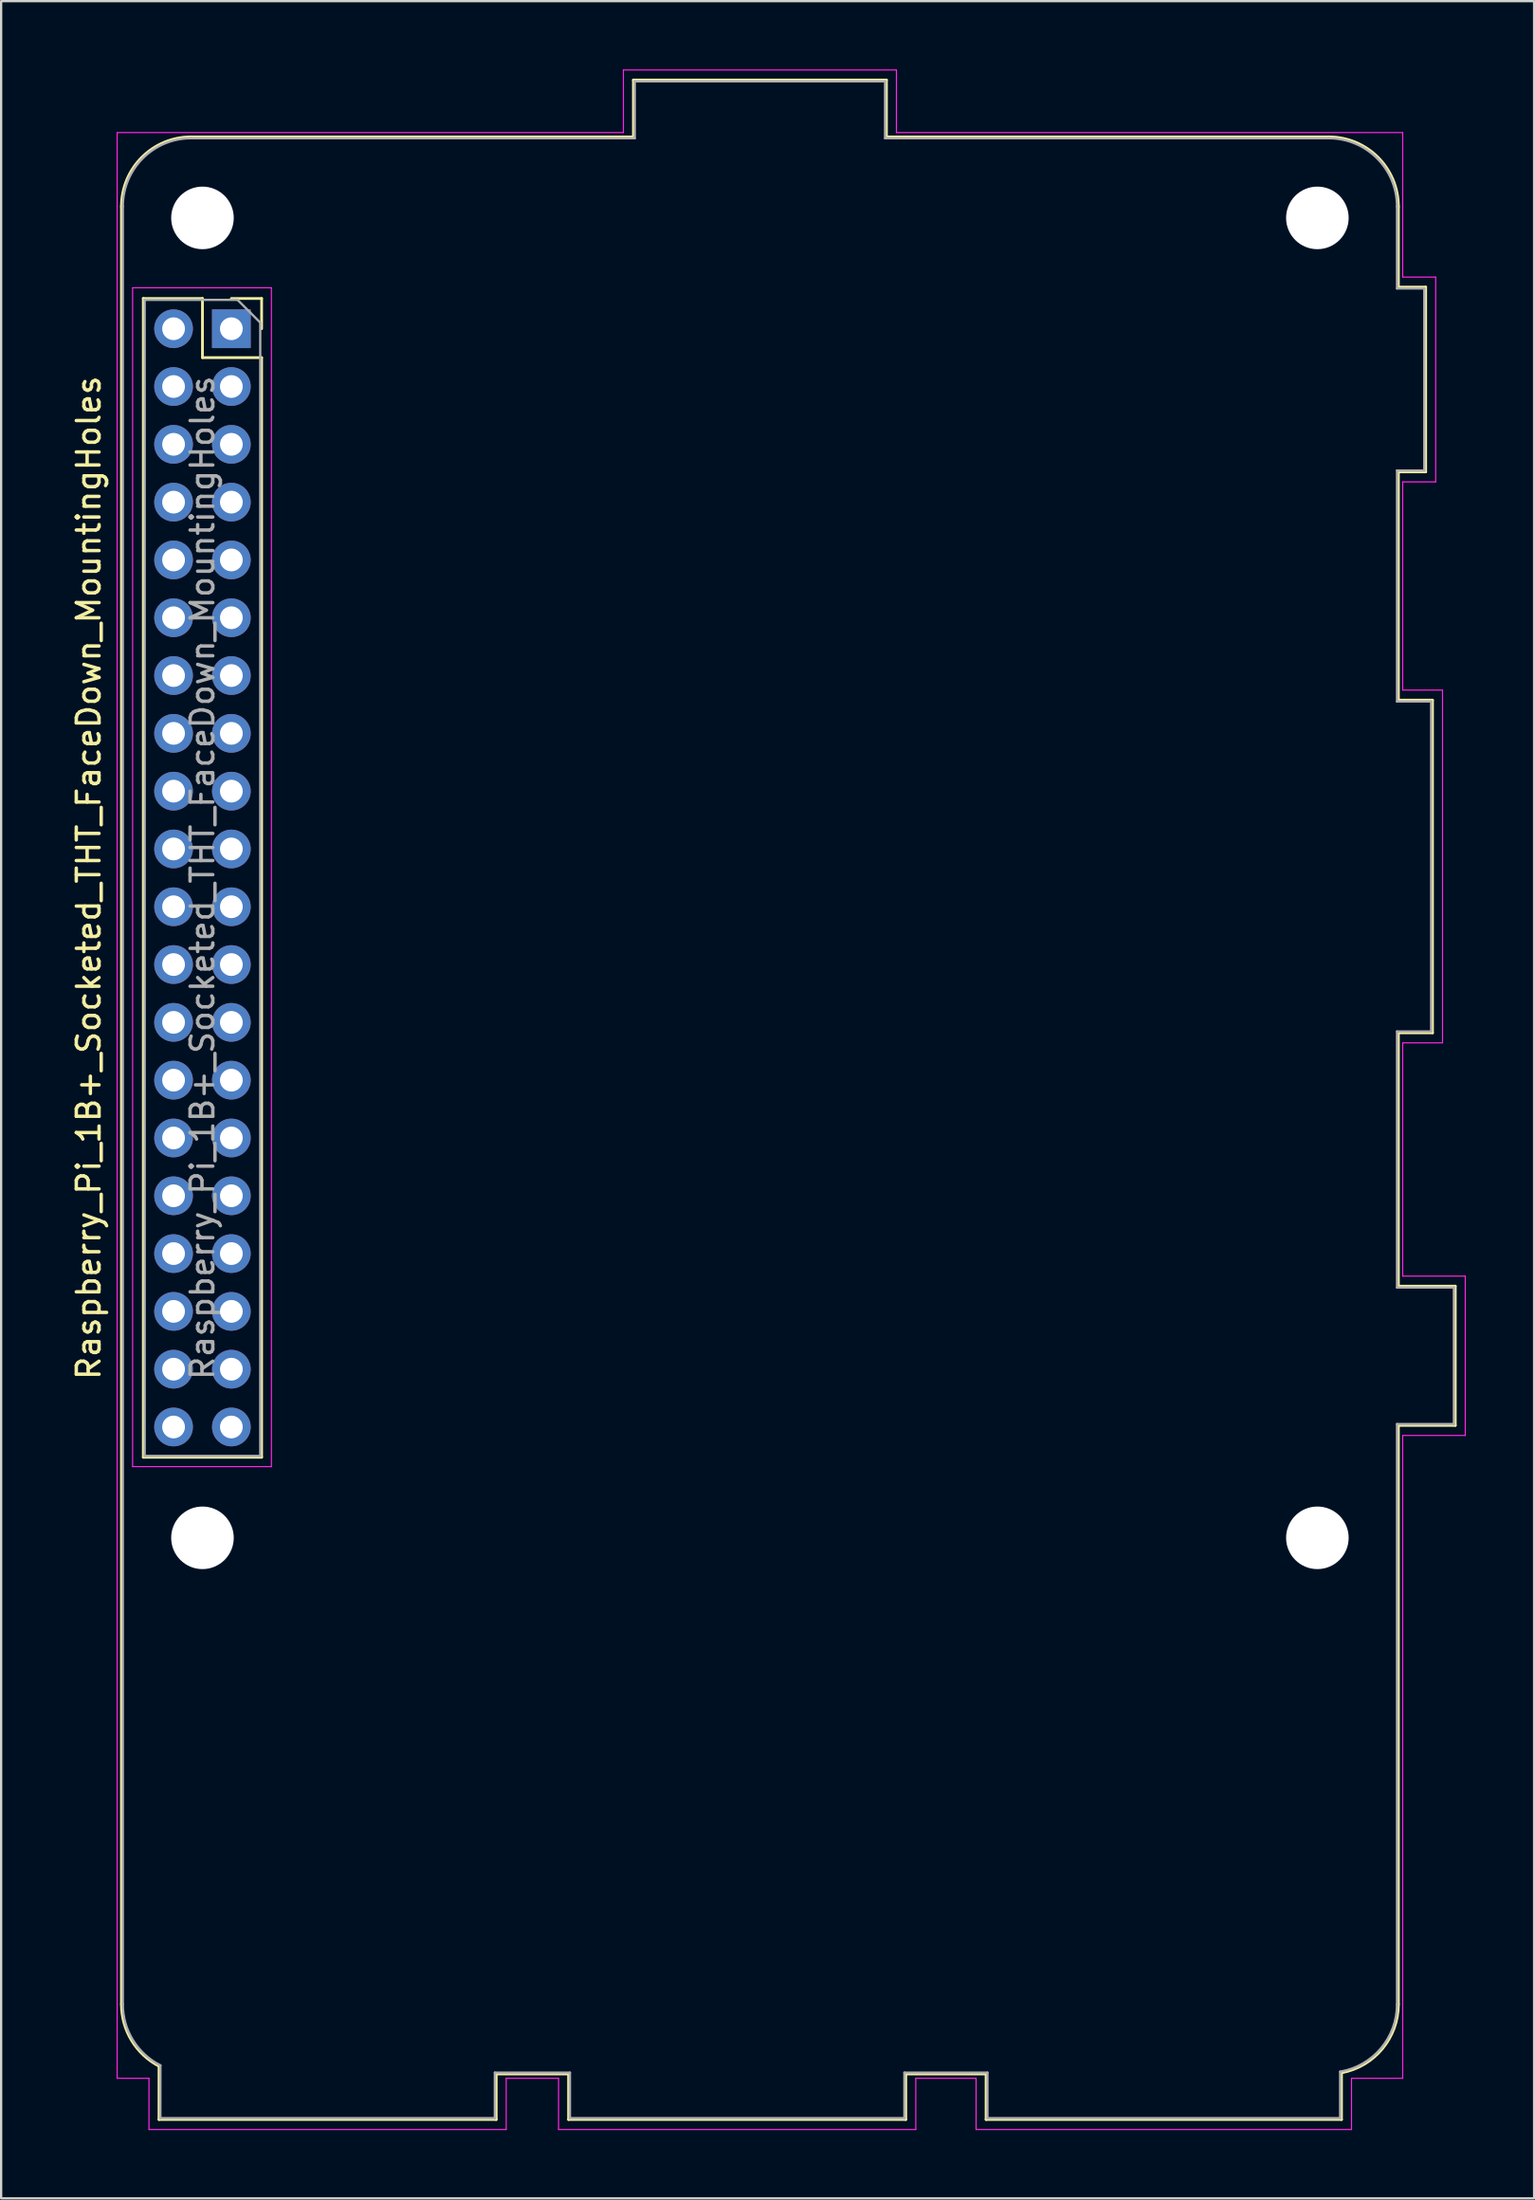
<source format=kicad_pcb>
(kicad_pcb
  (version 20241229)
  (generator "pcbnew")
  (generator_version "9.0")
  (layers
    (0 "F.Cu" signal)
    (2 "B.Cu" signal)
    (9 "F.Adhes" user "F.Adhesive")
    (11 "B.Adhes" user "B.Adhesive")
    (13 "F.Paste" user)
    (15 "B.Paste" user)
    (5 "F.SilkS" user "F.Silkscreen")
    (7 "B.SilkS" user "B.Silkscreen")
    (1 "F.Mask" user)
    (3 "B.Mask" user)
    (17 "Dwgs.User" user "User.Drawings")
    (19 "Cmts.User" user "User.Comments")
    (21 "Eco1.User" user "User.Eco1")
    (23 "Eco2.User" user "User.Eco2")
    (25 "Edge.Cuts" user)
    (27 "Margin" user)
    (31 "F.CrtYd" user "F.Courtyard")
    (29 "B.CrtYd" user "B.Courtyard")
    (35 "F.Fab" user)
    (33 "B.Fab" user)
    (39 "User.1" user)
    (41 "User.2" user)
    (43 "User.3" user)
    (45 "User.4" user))
  (footprint "Raspberry_Pi_1B+_Socketed_THT_FaceDown_MountingHoles"
    (layer "F.Cu")
    (at 7.118 11.395)
    (property "Reference" "Raspberry_Pi_1B+_Socketed_THT_FaceDown_MountingHoles" (at -6.27 24.13 90) (layer "F.SilkS") (effects (font (size 1 1) (thickness 0.15))))
    (attr through_hole)
    (fp_line (start -4.83 73.63) (end -4.83 -5.37) (stroke (width 0.12) (type solid)) (layer "F.SilkS"))
    (fp_line (start -3.87 -1.33) (end -3.87 49.59) (stroke (width 0.12) (type solid)) (layer "F.SilkS"))
    (fp_line (start -3.87 -1.33) (end -1.27 -1.33) (stroke (width 0.12) (type solid)) (layer "F.SilkS"))
    (fp_line (start -3.87 49.59) (end 1.33 49.59) (stroke (width 0.12) (type solid)) (layer "F.SilkS"))
    (fp_line (start -3.18 78.69) (end -3.178 76.347) (stroke (width 0.12) (type solid)) (layer "F.SilkS"))
    (fp_line (start -1.77 -8.43) (end 17.67 -8.43) (stroke (width 0.12) (type solid)) (layer "F.SilkS"))
    (fp_line (start -1.27 -1.33) (end -1.27 1.27) (stroke (width 0.12) (type solid)) (layer "F.SilkS"))
    (fp_line (start -1.27 1.27) (end 1.33 1.27) (stroke (width 0.12) (type solid)) (layer "F.SilkS"))
    (fp_line (start 0 -1.33) (end 1.33 -1.33) (stroke (width 0.12) (type solid)) (layer "F.SilkS"))
    (fp_line (start 1.33 -1.33) (end 1.33 0) (stroke (width 0.12) (type solid)) (layer "F.SilkS"))
    (fp_line (start 1.33 1.27) (end 1.33 49.59) (stroke (width 0.12) (type solid)) (layer "F.SilkS"))
    (fp_line (start 11.64 76.69) (end 11.64 78.69) (stroke (width 0.12) (type solid)) (layer "F.SilkS"))
    (fp_line (start 11.64 78.69) (end -3.18 78.69) (stroke (width 0.12) (type solid)) (layer "F.SilkS"))
    (fp_line (start 14.82 76.69) (end 11.64 76.69) (stroke (width 0.12) (type solid)) (layer "F.SilkS"))
    (fp_line (start 14.82 78.69) (end 14.82 76.69) (stroke (width 0.12) (type solid)) (layer "F.SilkS"))
    (fp_line (start 17.67 -10.93) (end 17.67 -8.43) (stroke (width 0.12) (type solid)) (layer "F.SilkS"))
    (fp_line (start 28.79 -10.93) (end 17.67 -10.93) (stroke (width 0.12) (type solid)) (layer "F.SilkS"))
    (fp_line (start 28.79 -8.43) (end 28.79 -10.93) (stroke (width 0.12) (type solid)) (layer "F.SilkS"))
    (fp_line (start 29.64 76.69) (end 29.64 78.69) (stroke (width 0.12) (type solid)) (layer "F.SilkS"))
    (fp_line (start 29.64 78.69) (end 14.82 78.69) (stroke (width 0.12) (type solid)) (layer "F.SilkS"))
    (fp_line (start 33.17 76.69) (end 29.64 76.69) (stroke (width 0.12) (type solid)) (layer "F.SilkS"))
    (fp_line (start 33.17 78.69) (end 33.17 76.69) (stroke (width 0.12) (type solid)) (layer "F.SilkS"))
    (fp_line (start 48.23 -8.43) (end 28.79 -8.43) (stroke (width 0.12) (type solid)) (layer "F.SilkS"))
    (fp_line (start 48.79 78.69) (end 33.17 78.69) (stroke (width 0.12) (type solid)) (layer "F.SilkS"))
    (fp_line (start 48.79 78.69) (end 48.79 76.638) (stroke (width 0.12) (type solid)) (layer "F.SilkS"))
    (fp_line (start 51.29 -5.37) (end 51.29 -1.83) (stroke (width 0.12) (type solid)) (layer "F.SilkS"))
    (fp_line (start 51.29 -1.83) (end 52.49 -1.83) (stroke (width 0.12) (type solid)) (layer "F.SilkS"))
    (fp_line (start 51.29 6.29) (end 51.29 16.32) (stroke (width 0.12) (type solid)) (layer "F.SilkS"))
    (fp_line (start 51.29 16.32) (end 52.79 16.32) (stroke (width 0.12) (type solid)) (layer "F.SilkS"))
    (fp_line (start 51.29 30.94) (end 51.29 42.07) (stroke (width 0.12) (type solid)) (layer "F.SilkS"))
    (fp_line (start 51.29 42.07) (end 53.79 42.07) (stroke (width 0.12) (type solid)) (layer "F.SilkS"))
    (fp_line (start 51.29 48.19) (end 51.29 73.63) (stroke (width 0.12) (type solid)) (layer "F.SilkS"))
    (fp_line (start 52.49 -1.83) (end 52.49 6.29) (stroke (width 0.12) (type solid)) (layer "F.SilkS"))
    (fp_line (start 52.49 6.29) (end 51.29 6.29) (stroke (width 0.12) (type solid)) (layer "F.SilkS"))
    (fp_line (start 52.79 16.32) (end 52.79 30.94) (stroke (width 0.12) (type solid)) (layer "F.SilkS"))
    (fp_line (start 52.79 30.94) (end 51.29 30.94) (stroke (width 0.12) (type solid)) (layer "F.SilkS"))
    (fp_line (start 53.79 42.07) (end 53.79 48.19) (stroke (width 0.12) (type solid)) (layer "F.SilkS"))
    (fp_line (start 53.79 48.19) (end 51.29 48.19) (stroke (width 0.12) (type solid)) (layer "F.SilkS"))
    (fp_arc (start -4.83 -5.37) (mid -3.933747 -7.533747) (end -1.77 -8.43) (stroke (width 0.12) (type solid)) (layer "F.SilkS"))
    (fp_arc (start -3.178211 76.346715) (mid -4.384644 75.219728) (end -4.83 73.63) (stroke (width 0.12) (type solid)) (layer "F.SilkS"))
    (fp_arc (start 48.23 -8.43) (mid 50.393747 -7.533747) (end 51.29 -5.37) (stroke (width 0.12) (type solid)) (layer "F.SilkS"))
    (fp_arc (start 51.29 73.63) (mid 50.583325 75.585879) (end 48.789698 76.638378) (stroke (width 0.12) (type solid)) (layer "F.SilkS"))
    (fp_line (start -5.02 -8.62) (end 17.23 -8.62) (stroke (width 0.05) (type solid)) (layer "F.CrtYd"))
    (fp_line (start -5.02 76.88) (end -5.02 -8.62) (stroke (width 0.05) (type solid)) (layer "F.CrtYd"))
    (fp_line (start -4.34 -1.8) (end 1.76 -1.8) (stroke (width 0.05) (type solid)) (layer "F.CrtYd"))
    (fp_line (start -4.34 50) (end -4.34 -1.8) (stroke (width 0.05) (type solid)) (layer "F.CrtYd"))
    (fp_line (start -3.62 76.88) (end -5.02 76.88) (stroke (width 0.05) (type solid)) (layer "F.CrtYd"))
    (fp_line (start -3.62 79.13) (end -3.62 76.88) (stroke (width 0.05) (type solid)) (layer "F.CrtYd"))
    (fp_line (start 1.76 -1.8) (end 1.76 50) (stroke (width 0.05) (type solid)) (layer "F.CrtYd"))
    (fp_line (start 1.76 50) (end -4.34 50) (stroke (width 0.05) (type solid)) (layer "F.CrtYd"))
    (fp_line (start 12.08 76.88) (end 12.08 79.13) (stroke (width 0.05) (type solid)) (layer "F.CrtYd"))
    (fp_line (start 12.08 79.13) (end -3.62 79.13) (stroke (width 0.05) (type solid)) (layer "F.CrtYd"))
    (fp_line (start 14.38 76.88) (end 12.08 76.88) (stroke (width 0.05) (type solid)) (layer "F.CrtYd"))
    (fp_line (start 14.38 79.13) (end 14.38 76.88) (stroke (width 0.05) (type solid)) (layer "F.CrtYd"))
    (fp_line (start 17.23 -11.37) (end 29.23 -11.37) (stroke (width 0.05) (type solid)) (layer "F.CrtYd"))
    (fp_line (start 17.23 -8.62) (end 17.23 -11.37) (stroke (width 0.05) (type solid)) (layer "F.CrtYd"))
    (fp_line (start 29.23 -11.37) (end 29.23 -8.62) (stroke (width 0.05) (type solid)) (layer "F.CrtYd"))
    (fp_line (start 29.23 -8.62) (end 51.48 -8.62) (stroke (width 0.05) (type solid)) (layer "F.CrtYd"))
    (fp_line (start 30.08 76.88) (end 30.08 79.13) (stroke (width 0.05) (type solid)) (layer "F.CrtYd"))
    (fp_line (start 30.08 79.13) (end 14.38 79.13) (stroke (width 0.05) (type solid)) (layer "F.CrtYd"))
    (fp_line (start 32.73 76.88) (end 30.08 76.88) (stroke (width 0.05) (type solid)) (layer "F.CrtYd"))
    (fp_line (start 32.73 79.13) (end 32.73 76.88) (stroke (width 0.05) (type solid)) (layer "F.CrtYd"))
    (fp_line (start 49.23 76.88) (end 49.23 79.13) (stroke (width 0.05) (type solid)) (layer "F.CrtYd"))
    (fp_line (start 49.23 79.13) (end 32.73 79.13) (stroke (width 0.05) (type solid)) (layer "F.CrtYd"))
    (fp_line (start 51.48 -8.62) (end 51.48 -2.27) (stroke (width 0.05) (type solid)) (layer "F.CrtYd"))
    (fp_line (start 51.48 -2.27) (end 52.93 -2.27) (stroke (width 0.05) (type solid)) (layer "F.CrtYd"))
    (fp_line (start 51.48 6.73) (end 51.48 15.88) (stroke (width 0.05) (type solid)) (layer "F.CrtYd"))
    (fp_line (start 51.48 15.88) (end 53.23 15.88) (stroke (width 0.05) (type solid)) (layer "F.CrtYd"))
    (fp_line (start 51.48 31.38) (end 51.48 41.63) (stroke (width 0.05) (type solid)) (layer "F.CrtYd"))
    (fp_line (start 51.48 41.63) (end 54.23 41.63) (stroke (width 0.05) (type solid)) (layer "F.CrtYd"))
    (fp_line (start 51.48 48.63) (end 51.48 76.88) (stroke (width 0.05) (type solid)) (layer "F.CrtYd"))
    (fp_line (start 51.48 76.88) (end 49.23 76.88) (stroke (width 0.05) (type solid)) (layer "F.CrtYd"))
    (fp_line (start 52.93 -2.27) (end 52.93 6.73) (stroke (width 0.05) (type solid)) (layer "F.CrtYd"))
    (fp_line (start 52.93 6.73) (end 51.48 6.73) (stroke (width 0.05) (type solid)) (layer "F.CrtYd"))
    (fp_line (start 53.23 15.88) (end 53.23 31.38) (stroke (width 0.05) (type solid)) (layer "F.CrtYd"))
    (fp_line (start 53.23 31.38) (end 51.48 31.38) (stroke (width 0.05) (type solid)) (layer "F.CrtYd"))
    (fp_line (start 54.23 41.63) (end 54.23 48.63) (stroke (width 0.05) (type solid)) (layer "F.CrtYd"))
    (fp_line (start 54.23 48.63) (end 51.48 48.63) (stroke (width 0.05) (type solid)) (layer "F.CrtYd"))
    (fp_line (start -4.77 73.63) (end -4.77 -5.37) (stroke (width 0.1) (type solid)) (layer "F.Fab"))
    (fp_line (start -3.81 -1.27) (end 0.27 -1.27) (stroke (width 0.1) (type solid)) (layer "F.Fab"))
    (fp_line (start -3.81 49.53) (end -3.81 -1.27) (stroke (width 0.1) (type solid)) (layer "F.Fab"))
    (fp_line (start -3.12 78.63) (end 11.58 78.63) (stroke (width 0.1) (type solid)) (layer "F.Fab"))
    (fp_line (start -3.118 76.31) (end -3.12 78.63) (stroke (width 0.1) (type solid)) (layer "F.Fab"))
    (fp_line (start -1.77 -8.37) (end 17.73 -8.37) (stroke (width 0.1) (type solid)) (layer "F.Fab"))
    (fp_line (start 0.27 -1.27) (end 1.27 -0.27) (stroke (width 0.1) (type solid)) (layer "F.Fab"))
    (fp_line (start 1.27 -0.27) (end 1.27 49.53) (stroke (width 0.1) (type solid)) (layer "F.Fab"))
    (fp_line (start 1.27 49.53) (end -3.81 49.53) (stroke (width 0.1) (type solid)) (layer "F.Fab"))
    (fp_line (start 11.58 76.63) (end 14.88 76.63) (stroke (width 0.1) (type solid)) (layer "F.Fab"))
    (fp_line (start 11.58 78.63) (end 11.58 76.63) (stroke (width 0.1) (type solid)) (layer "F.Fab"))
    (fp_line (start 14.88 76.63) (end 14.88 78.63) (stroke (width 0.1) (type solid)) (layer "F.Fab"))
    (fp_line (start 14.88 78.63) (end 29.58 78.63) (stroke (width 0.1) (type solid)) (layer "F.Fab"))
    (fp_line (start 17.73 -10.87) (end 17.73 -8.37) (stroke (width 0.1) (type solid)) (layer "F.Fab"))
    (fp_line (start 28.73 -10.87) (end 17.73 -10.87) (stroke (width 0.1) (type solid)) (layer "F.Fab"))
    (fp_line (start 28.73 -8.37) (end 28.73 -10.87) (stroke (width 0.1) (type solid)) (layer "F.Fab"))
    (fp_line (start 29.58 76.63) (end 33.23 76.63) (stroke (width 0.1) (type solid)) (layer "F.Fab"))
    (fp_line (start 29.58 78.63) (end 29.58 76.63) (stroke (width 0.1) (type solid)) (layer "F.Fab"))
    (fp_line (start 33.23 76.63) (end 33.23 78.63) (stroke (width 0.1) (type solid)) (layer "F.Fab"))
    (fp_line (start 33.23 78.63) (end 48.73 78.63) (stroke (width 0.1) (type solid)) (layer "F.Fab"))
    (fp_line (start 48.23 -8.37) (end 28.73 -8.37) (stroke (width 0.1) (type solid)) (layer "F.Fab"))
    (fp_line (start 48.73 78.63) (end 48.73 76.588) (stroke (width 0.1) (type solid)) (layer "F.Fab"))
    (fp_line (start 51.23 -5.37) (end 51.23 -1.77) (stroke (width 0.1) (type solid)) (layer "F.Fab"))
    (fp_line (start 51.23 -1.77) (end 52.43 -1.77) (stroke (width 0.1) (type solid)) (layer "F.Fab"))
    (fp_line (start 51.23 6.23) (end 51.23 16.38) (stroke (width 0.1) (type solid)) (layer "F.Fab"))
    (fp_line (start 51.23 16.38) (end 52.73 16.38) (stroke (width 0.1) (type solid)) (layer "F.Fab"))
    (fp_line (start 51.23 30.88) (end 51.23 42.13) (stroke (width 0.1) (type solid)) (layer "F.Fab"))
    (fp_line (start 51.23 42.13) (end 53.73 42.13) (stroke (width 0.1) (type solid)) (layer "F.Fab"))
    (fp_line (start 51.23 48.13) (end 51.23 73.63) (stroke (width 0.1) (type solid)) (layer "F.Fab"))
    (fp_line (start 52.43 -1.77) (end 52.43 6.23) (stroke (width 0.1) (type solid)) (layer "F.Fab"))
    (fp_line (start 52.43 6.23) (end 51.23 6.23) (stroke (width 0.1) (type solid)) (layer "F.Fab"))
    (fp_line (start 52.73 16.38) (end 52.73 30.88) (stroke (width 0.1) (type solid)) (layer "F.Fab"))
    (fp_line (start 52.73 30.88) (end 51.23 30.88) (stroke (width 0.1) (type solid)) (layer "F.Fab"))
    (fp_line (start 53.73 42.13) (end 53.73 48.13) (stroke (width 0.1) (type solid)) (layer "F.Fab"))
    (fp_line (start 53.73 48.13) (end 51.23 48.13) (stroke (width 0.1) (type solid)) (layer "F.Fab"))
    (fp_arc (start -4.77 -5.37) (mid -3.89132 -7.49132) (end -1.77 -8.37) (stroke (width 0.1) (type solid)) (layer "F.Fab"))
    (fp_arc (start -3.117957 76.310114) (mid -4.323808 75.204187) (end -4.77 73.63) (stroke (width 0.1) (type solid)) (layer "F.Fab"))
    (fp_arc (start 48.23 -8.37) (mid 50.35132 -7.49132) (end 51.23 -5.37) (stroke (width 0.1) (type solid)) (layer "F.Fab"))
    (fp_arc (start 51.23 73.63) (mid 50.521388 75.566373) (end 48.730306 76.587988) (stroke (width 0.1) (type solid)) (layer "F.Fab"))
    (fp_text user "${REFERENCE}" (at -1.27 24.13 90) (layer "F.Fab") (effects (font (size 1 1) (thickness 0.15))))
    (pad "" np_thru_hole circle (at -1.27 -4.87 90) (size 2.75 2.75) (drill 2.75) (layers "*.Cu" "*.Mask"))
    (pad "" np_thru_hole circle (at -1.27 53.13 90) (size 2.75 2.75) (drill 2.75) (layers "*.Cu" "*.Mask"))
    (pad "" np_thru_hole circle (at 47.73 -4.87 90) (size 2.75 2.75) (drill 2.75) (layers "*.Cu" "*.Mask"))
    (pad "" np_thru_hole circle (at 47.73 53.13 90) (size 2.75 2.75) (drill 2.75) (layers "*.Cu" "*.Mask"))
    (pad "1" thru_hole rect (at 0 0) (size 1.7 1.7) (drill 1) (layers "*.Cu" "*.Mask"))
    (pad "2" thru_hole oval (at -2.54 0) (size 1.7 1.7) (drill 1) (layers "*.Cu" "*.Mask"))
    (pad "3" thru_hole oval (at 0 2.54) (size 1.7 1.7) (drill 1) (layers "*.Cu" "*.Mask"))
    (pad "4" thru_hole oval (at -2.54 2.54) (size 1.7 1.7) (drill 1) (layers "*.Cu" "*.Mask"))
    (pad "5" thru_hole oval (at 0 5.08) (size 1.7 1.7) (drill 1) (layers "*.Cu" "*.Mask"))
    (pad "6" thru_hole oval (at -2.54 5.08) (size 1.7 1.7) (drill 1) (layers "*.Cu" "*.Mask"))
    (pad "7" thru_hole oval (at 0 7.62) (size 1.7 1.7) (drill 1) (layers "*.Cu" "*.Mask"))
    (pad "8" thru_hole oval (at -2.54 7.62) (size 1.7 1.7) (drill 1) (layers "*.Cu" "*.Mask"))
    (pad "9" thru_hole oval (at 0 10.16) (size 1.7 1.7) (drill 1) (layers "*.Cu" "*.Mask"))
    (pad "10" thru_hole oval (at -2.54 10.16) (size 1.7 1.7) (drill 1) (layers "*.Cu" "*.Mask"))
    (pad "11" thru_hole oval (at 0 12.7) (size 1.7 1.7) (drill 1) (layers "*.Cu" "*.Mask"))
    (pad "12" thru_hole oval (at -2.54 12.7) (size 1.7 1.7) (drill 1) (layers "*.Cu" "*.Mask"))
    (pad "13" thru_hole oval (at 0 15.24) (size 1.7 1.7) (drill 1) (layers "*.Cu" "*.Mask"))
    (pad "14" thru_hole oval (at -2.54 15.24) (size 1.7 1.7) (drill 1) (layers "*.Cu" "*.Mask"))
    (pad "15" thru_hole oval (at 0 17.78) (size 1.7 1.7) (drill 1) (layers "*.Cu" "*.Mask"))
    (pad "16" thru_hole oval (at -2.54 17.78) (size 1.7 1.7) (drill 1) (layers "*.Cu" "*.Mask"))
    (pad "17" thru_hole oval (at 0 20.32) (size 1.7 1.7) (drill 1) (layers "*.Cu" "*.Mask"))
    (pad "18" thru_hole oval (at -2.54 20.32) (size 1.7 1.7) (drill 1) (layers "*.Cu" "*.Mask"))
    (pad "19" thru_hole oval (at 0 22.86) (size 1.7 1.7) (drill 1) (layers "*.Cu" "*.Mask"))
    (pad "20" thru_hole oval (at -2.54 22.86) (size 1.7 1.7) (drill 1) (layers "*.Cu" "*.Mask"))
    (pad "21" thru_hole oval (at 0 25.4) (size 1.7 1.7) (drill 1) (layers "*.Cu" "*.Mask"))
    (pad "22" thru_hole oval (at -2.54 25.4) (size 1.7 1.7) (drill 1) (layers "*.Cu" "*.Mask"))
    (pad "23" thru_hole oval (at 0 27.94) (size 1.7 1.7) (drill 1) (layers "*.Cu" "*.Mask"))
    (pad "24" thru_hole oval (at -2.54 27.94) (size 1.7 1.7) (drill 1) (layers "*.Cu" "*.Mask"))
    (pad "25" thru_hole oval (at 0 30.48) (size 1.7 1.7) (drill 1) (layers "*.Cu" "*.Mask"))
    (pad "26" thru_hole oval (at -2.54 30.48) (size 1.7 1.7) (drill 1) (layers "*.Cu" "*.Mask"))
    (pad "27" thru_hole oval (at 0 33.02) (size 1.7 1.7) (drill 1) (layers "*.Cu" "*.Mask"))
    (pad "28" thru_hole oval (at -2.54 33.02) (size 1.7 1.7) (drill 1) (layers "*.Cu" "*.Mask"))
    (pad "29" thru_hole oval (at 0 35.56) (size 1.7 1.7) (drill 1) (layers "*.Cu" "*.Mask"))
    (pad "30" thru_hole oval (at -2.54 35.56) (size 1.7 1.7) (drill 1) (layers "*.Cu" "*.Mask"))
    (pad "31" thru_hole oval (at 0 38.1) (size 1.7 1.7) (drill 1) (layers "*.Cu" "*.Mask"))
    (pad "32" thru_hole oval (at -2.54 38.1) (size 1.7 1.7) (drill 1) (layers "*.Cu" "*.Mask"))
    (pad "33" thru_hole oval (at 0 40.64) (size 1.7 1.7) (drill 1) (layers "*.Cu" "*.Mask"))
    (pad "34" thru_hole oval (at -2.54 40.64) (size 1.7 1.7) (drill 1) (layers "*.Cu" "*.Mask"))
    (pad "35" thru_hole oval (at 0 43.18) (size 1.7 1.7) (drill 1) (layers "*.Cu" "*.Mask"))
    (pad "36" thru_hole oval (at -2.54 43.18) (size 1.7 1.7) (drill 1) (layers "*.Cu" "*.Mask"))
    (pad "37" thru_hole oval (at 0 45.72) (size 1.7 1.7) (drill 1) (layers "*.Cu" "*.Mask"))
    (pad "38" thru_hole oval (at -2.54 45.72) (size 1.7 1.7) (drill 1) (layers "*.Cu" "*.Mask"))
    (pad "39" thru_hole oval (at 0 48.26) (size 1.7 1.7) (drill 1) (layers "*.Cu" "*.Mask"))
    (pad "40" thru_hole oval (at -2.54 48.26) (size 1.7 1.7) (drill 1) (layers "*.Cu" "*.Mask")))
  (gr_rect
    (start -3 -3)
    (end 64.373 93.55)
    (stroke (width 0.1) (type default))
    (fill no)
    (layer "Edge.Cuts")))
</source>
